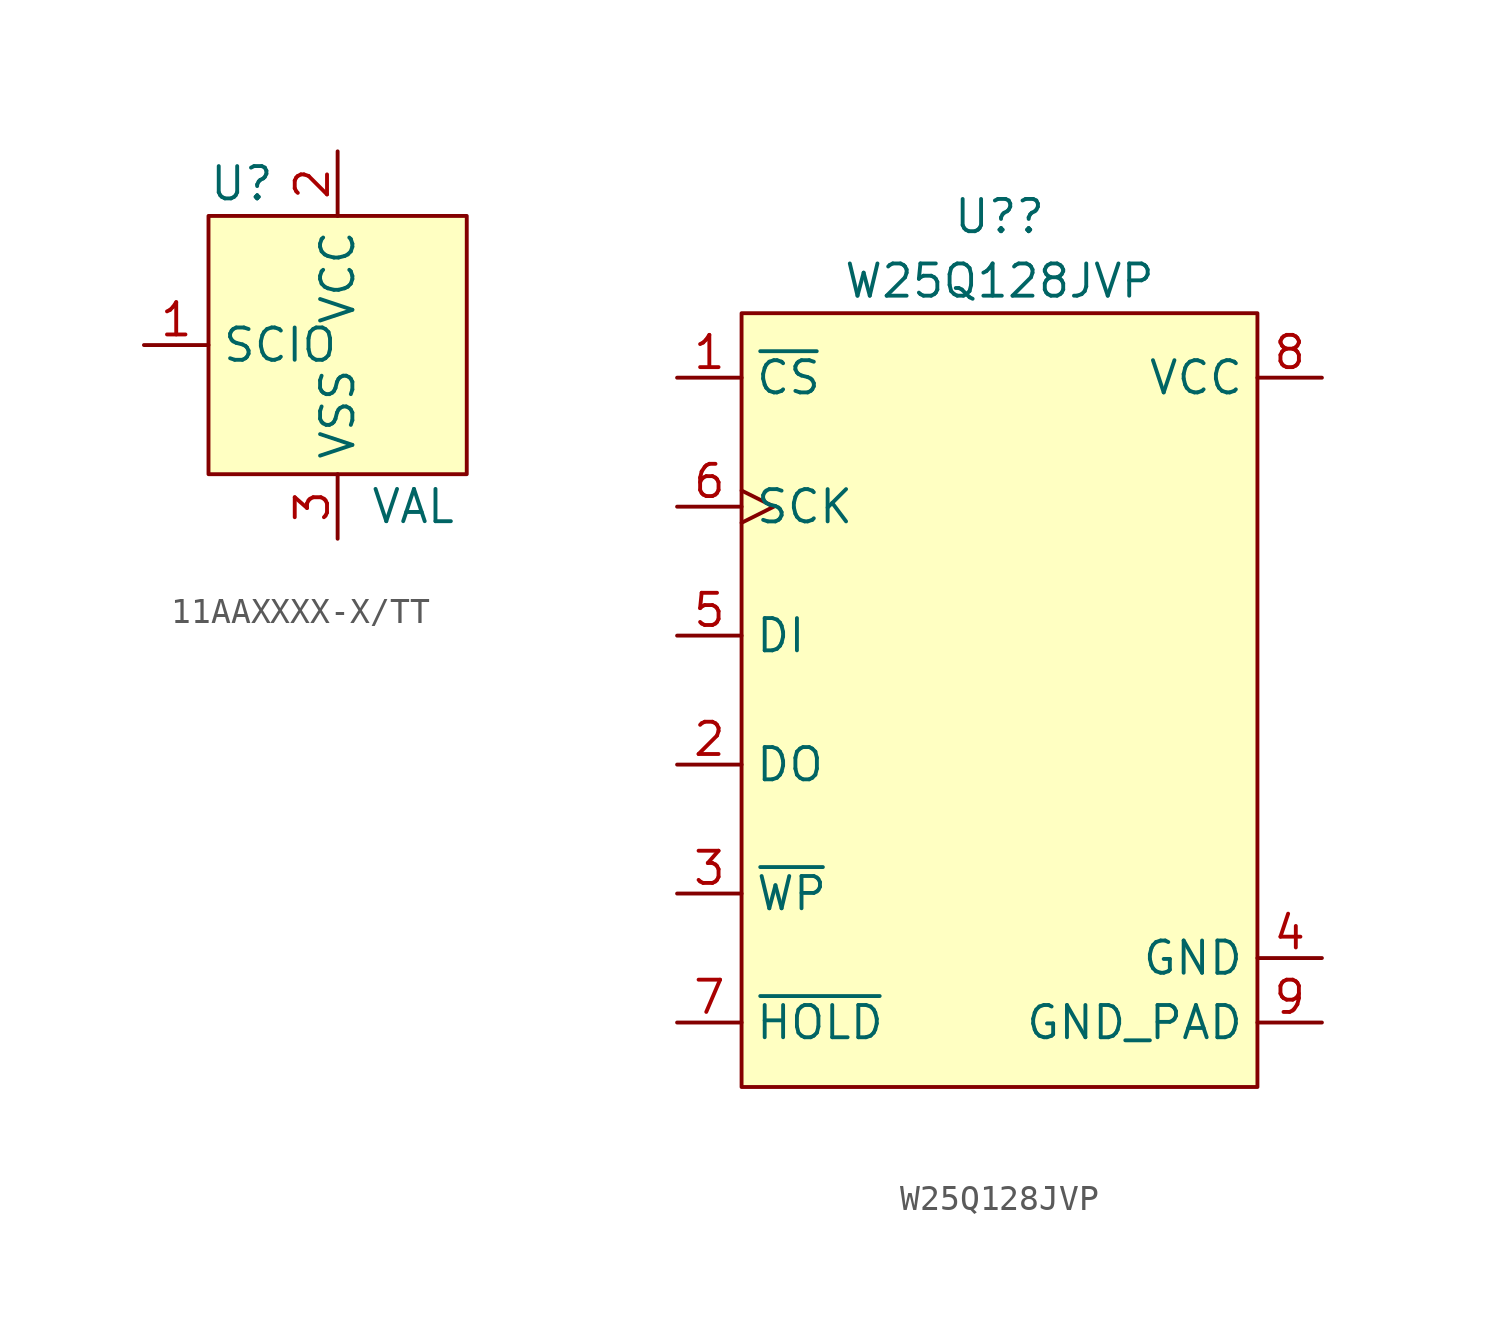
<source format=kicad_sym>
(kicad_symbol_lib
  (version 20241209)
  (generator "kicad_symbol_editor")
  (generator_version "9.0")
  (symbol "11AAXXXX-X/TT"
    (property "Reference" "U"
      (at -5.08 6.35 0)
      (do_not_autoplace)
      (effects (font (size 1.27 1.27)) (justify left)))
    (property "Value" "VAL"
      (at 1.27 -6.35 0)
      (do_not_autoplace)
      (effects (font (size 1.27 1.27)) (justify left)))
    (symbol "11AAXXXX-X/TT_1_1"
      (rectangle (start -5.08 5.08) (end 5.08 -5.08) (stroke (width 0) (type default)) (fill (type background)))
      (pin bidirectional line (at -7.62 0 0) (length 2.54) (name "SCIO" (effects (font (size 1.27 1.27)))) (number "1" (effects (font (size 1.27 1.27)))))
      (pin power_in line (at 0 7.62 270) (length 2.54) (name "VCC" (effects (font (size 1.27 1.27)))) (number "2" (effects (font (size 1.27 1.27)))))
      (pin passive line (at 0 -7.62 90) (length 2.54) (name "VSS" (effects (font (size 1.27 1.27)))) (number "3" (effects (font (size 1.27 1.27)))))))
  (symbol "W25Q128JVP"
    (property "Reference" "U?"
      (at 0 19.05 0)
      (do_not_autoplace)
      (effects (font (size 1.27 1.27))))
    (property "Value" "W25Q128JVP"
      (at 0 16.51 0)
      (do_not_autoplace)
      (effects (font (size 1.27 1.27))))
    (symbol "W25Q128JVP_0_0"
      (pin power_in line (at 12.7 12.7 180) (length 2.54) (name "VCC" (effects (font (size 1.27 1.27)))) (number "8" (effects (font (size 1.27 1.27)))))
      (pin passive line (at 12.7 -10.16 180) (length 2.54) (name "GND" (effects (font (size 1.27 1.27)))) (number "4" (effects (font (size 1.27 1.27)))))
      (pin passive line (at 12.7 -12.7 180) (length 2.54) (name "GND_PAD" (effects (font (size 1.27 1.27)))) (number "9" (effects (font (size 1.27 1.27))))))
    (symbol "W25Q128JVP_1_0"
      (pin input line (at -12.7 12.7 0) (length 2.54) (name "~{CS}" (effects (font (size 1.27 1.27)))) (number "1" (effects (font (size 1.27 1.27)))))
      (pin input clock (at -12.7 7.62 0) (length 2.54) (name "SCK" (effects (font (size 1.27 1.27)))) (number "6" (effects (font (size 1.27 1.27)))))
      (pin input line (at -12.7 2.54 0) (length 2.54) (name "DI" (effects (font (size 1.27 1.27)))) (number "5" (effects (font (size 1.27 1.27)))) (alternate "IO0" bidirectional line))
      (pin output line (at -12.7 -2.54 0) (length 2.54) (name "DO" (effects (font (size 1.27 1.27)))) (number "2" (effects (font (size 1.27 1.27)))) (alternate "IO1" bidirectional line))
      (pin input line (at -12.7 -7.62 0) (length 2.54) (name "~{WP}" (effects (font (size 1.27 1.27)))) (number "3" (effects (font (size 1.27 1.27)))) (alternate "IO2" bidirectional line))
      (pin input line (at -12.7 -12.7 0) (length 2.54) (name "~{HOLD}" (effects (font (size 1.27 1.27)))) (number "7" (effects (font (size 1.27 1.27)))) (alternate "IO3" bidirectional line) (alternate "~{RESET}" input line)))
    (symbol "W25Q128JVP_1_1"
      (rectangle (start -10.16 15.24) (end 10.16 -15.24) (stroke (width 0) (type solid)) (fill (type background))))))
</source>
